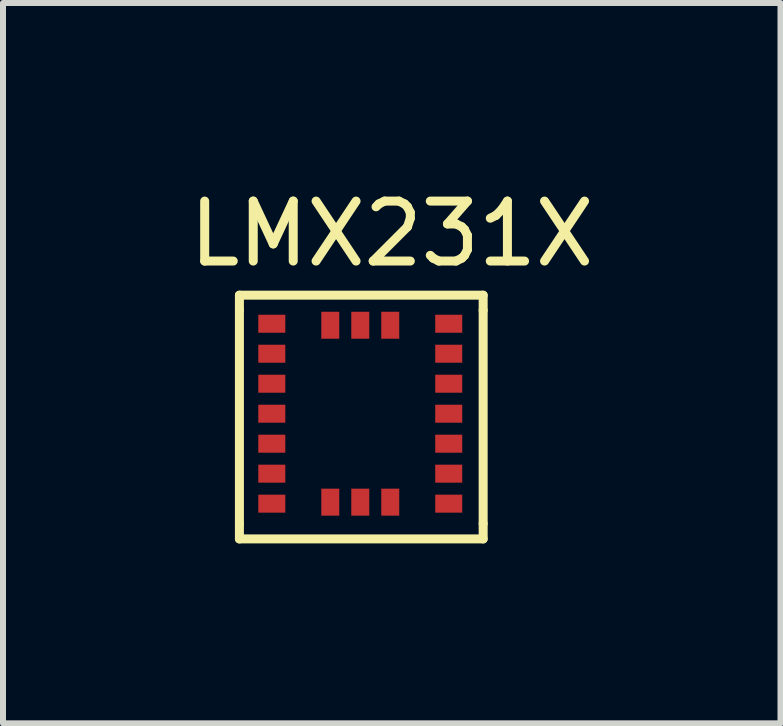
<source format=kicad_pcb>
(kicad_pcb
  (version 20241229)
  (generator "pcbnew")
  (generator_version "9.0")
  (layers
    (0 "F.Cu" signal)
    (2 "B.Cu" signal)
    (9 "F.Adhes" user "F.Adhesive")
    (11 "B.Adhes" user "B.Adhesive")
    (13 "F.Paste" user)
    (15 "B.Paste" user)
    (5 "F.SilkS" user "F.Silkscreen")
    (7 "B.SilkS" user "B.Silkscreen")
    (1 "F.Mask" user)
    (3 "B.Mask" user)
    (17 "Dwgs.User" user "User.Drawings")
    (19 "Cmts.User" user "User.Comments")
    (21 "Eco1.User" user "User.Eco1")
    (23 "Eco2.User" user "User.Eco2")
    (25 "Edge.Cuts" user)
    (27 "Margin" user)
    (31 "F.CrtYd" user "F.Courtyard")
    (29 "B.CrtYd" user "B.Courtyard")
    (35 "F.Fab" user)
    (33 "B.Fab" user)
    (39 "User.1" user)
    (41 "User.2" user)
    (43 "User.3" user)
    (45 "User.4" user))
  (footprint "LMX231X"
    (layer "F.Cu")
    (at 3.482 0.348)
    (property "Reference" "LMX231X" (at 0 0.5 0) (layer "F.SilkS") (effects (font (size 1 1) (thickness 0.15))))
    (attr through_hole)
    (fp_line (start -2.54 1.524) (end -2.54 1.778) (stroke (width 0.15) (type solid)) (layer "F.SilkS"))
    (fp_line (start -2.54 1.778) (end -2.54 5.334) (stroke (width 0.15) (type solid)) (layer "F.SilkS"))
    (fp_line (start -2.54 5.334) (end -2.54 5.588) (stroke (width 0.15) (type solid)) (layer "F.SilkS"))
    (fp_line (start -2.54 5.588) (end 1.524 5.588) (stroke (width 0.15) (type solid)) (layer "F.SilkS"))
    (fp_line (start 1.524 1.524) (end -2.54 1.524) (stroke (width 0.15) (type solid)) (layer "F.SilkS"))
    (fp_line (start 1.524 1.778) (end 1.524 1.524) (stroke (width 0.15) (type solid)) (layer "F.SilkS"))
    (fp_line (start 1.524 5.334) (end 1.524 1.778) (stroke (width 0.15) (type solid)) (layer "F.SilkS"))
    (fp_line (start 1.524 5.588) (end 1.524 5.334) (stroke (width 0.15) (type solid)) (layer "F.SilkS"))
    (pad "1" smd rect (at -2 2) (size 0.45 0.3) (layers "F.Cu" "F.Mask" "F.Paste"))
    (pad "2" smd rect (at -2 2.5) (size 0.45 0.3) (layers "F.Cu" "F.Mask" "F.Paste"))
    (pad "3" smd rect (at -2 3) (size 0.45 0.3) (layers "F.Cu" "F.Mask" "F.Paste"))
    (pad "4" smd rect (at -2 3.5) (size 0.45 0.3) (layers "F.Cu" "F.Mask" "F.Paste"))
    (pad "5" smd rect (at -2 4) (size 0.45 0.3) (layers "F.Cu" "F.Mask" "F.Paste"))
    (pad "6" smd rect (at -2 4.5) (size 0.45 0.3) (layers "F.Cu" "F.Mask" "F.Paste"))
    (pad "7" smd rect (at -2 5) (size 0.45 0.3) (layers "F.Cu" "F.Mask" "F.Paste"))
    (pad "8" smd rect (at -1.025 4.975 90) (size 0.45 0.3) (layers "F.Cu" "F.Mask" "F.Paste"))
    (pad "9" smd rect (at -0.525 4.975 90) (size 0.45 0.3) (layers "F.Cu" "F.Mask" "F.Paste"))
    (pad "10" smd rect (at -0.025 4.975 90) (size 0.45 0.3) (layers "F.Cu" "F.Mask" "F.Paste"))
    (pad "11" smd rect (at 0.95 5) (size 0.45 0.3) (layers "F.Cu" "F.Mask" "F.Paste"))
    (pad "12" smd rect (at 0.95 4.5) (size 0.45 0.3) (layers "F.Cu" "F.Mask" "F.Paste"))
    (pad "13" smd rect (at 0.95 4) (size 0.45 0.3) (layers "F.Cu" "F.Mask" "F.Paste"))
    (pad "14" smd rect (at 0.95 3.5) (size 0.45 0.3) (layers "F.Cu" "F.Mask" "F.Paste"))
    (pad "15" smd rect (at 0.95 3) (size 0.45 0.3) (layers "F.Cu" "F.Mask" "F.Paste"))
    (pad "16" smd rect (at 0.95 2.5) (size 0.45 0.3) (layers "F.Cu" "F.Mask" "F.Paste"))
    (pad "17" smd rect (at 0.95 2) (size 0.45 0.3) (layers "F.Cu" "F.Mask" "F.Paste"))
    (pad "18" smd rect (at -0.025 2.025 90) (size 0.45 0.3) (layers "F.Cu" "F.Mask" "F.Paste"))
    (pad "19" smd rect (at -0.525 2.025 90) (size 0.45 0.3) (layers "F.Cu" "F.Mask" "F.Paste"))
    (pad "20" smd rect (at -1.025 2.025 90) (size 0.45 0.3) (layers "F.Cu" "F.Mask" "F.Paste")))
  (gr_rect
    (start -3 -3)
    (end 9.964 9.011)
    (stroke (width 0.1) (type default))
    (fill no)
    (layer "Edge.Cuts")))
</source>
